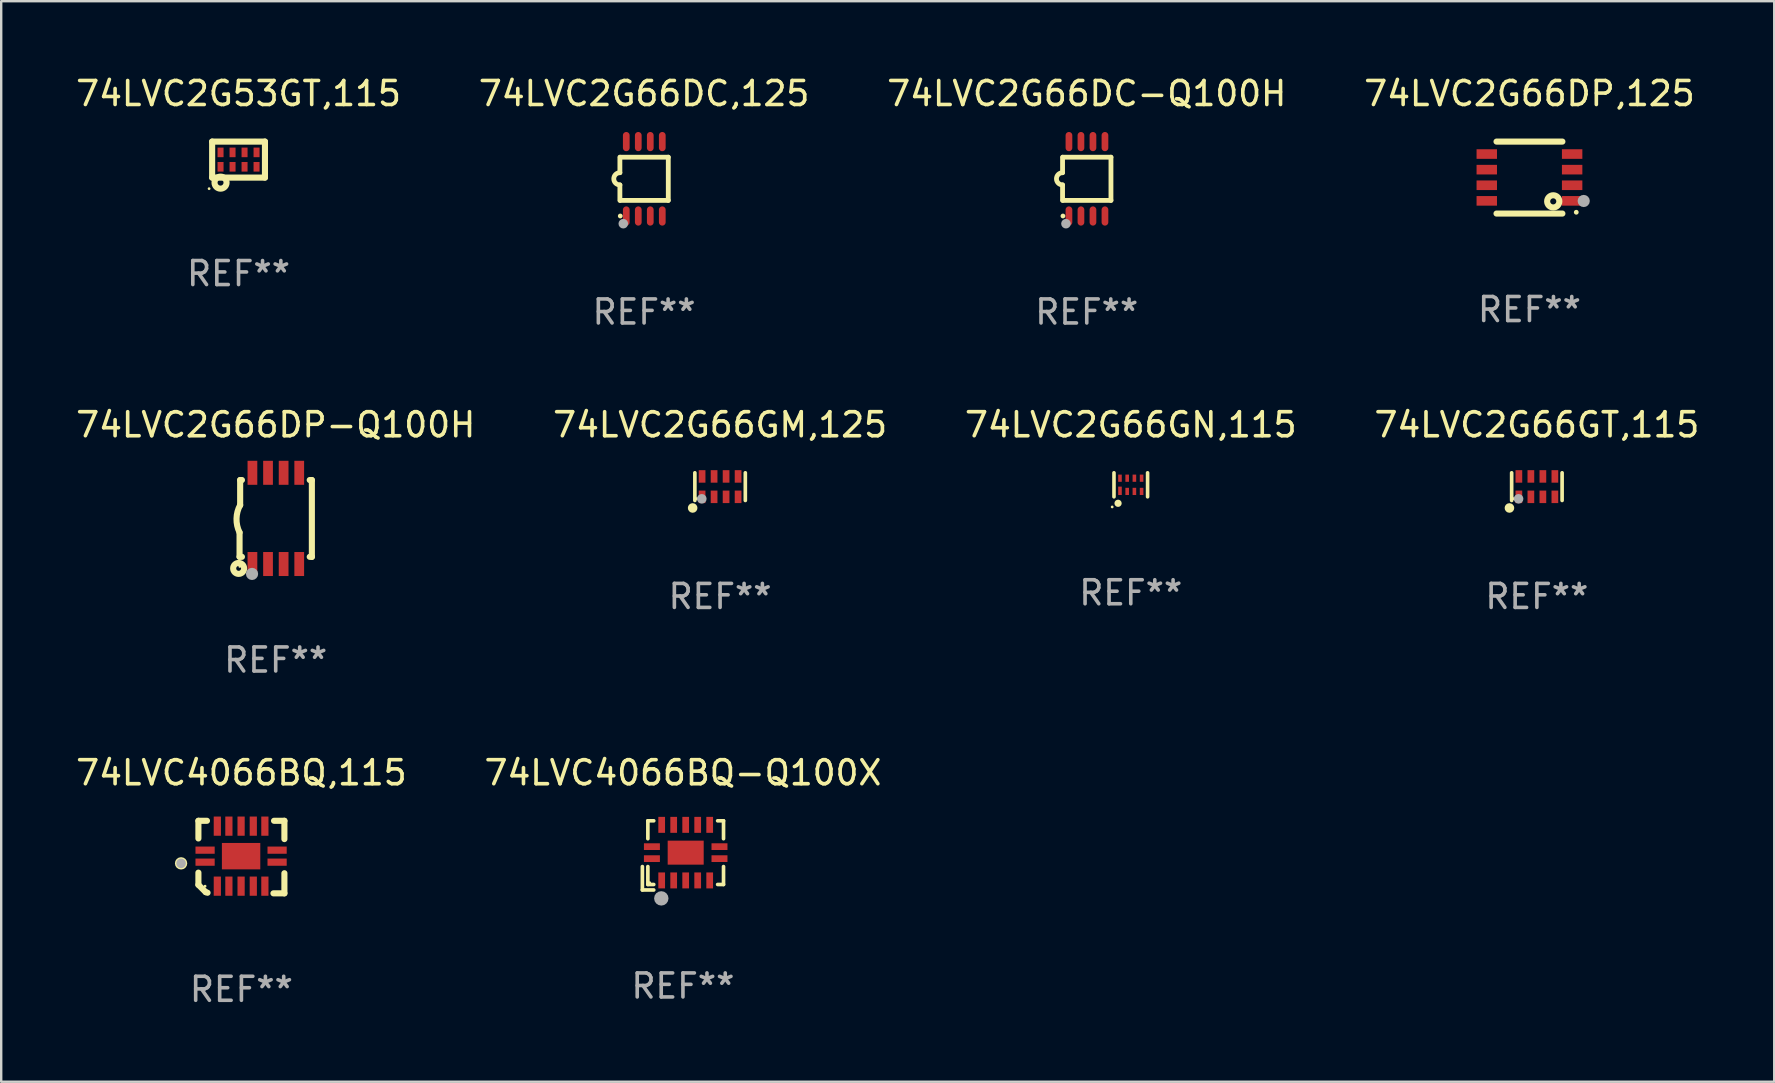
<source format=kicad_pcb>
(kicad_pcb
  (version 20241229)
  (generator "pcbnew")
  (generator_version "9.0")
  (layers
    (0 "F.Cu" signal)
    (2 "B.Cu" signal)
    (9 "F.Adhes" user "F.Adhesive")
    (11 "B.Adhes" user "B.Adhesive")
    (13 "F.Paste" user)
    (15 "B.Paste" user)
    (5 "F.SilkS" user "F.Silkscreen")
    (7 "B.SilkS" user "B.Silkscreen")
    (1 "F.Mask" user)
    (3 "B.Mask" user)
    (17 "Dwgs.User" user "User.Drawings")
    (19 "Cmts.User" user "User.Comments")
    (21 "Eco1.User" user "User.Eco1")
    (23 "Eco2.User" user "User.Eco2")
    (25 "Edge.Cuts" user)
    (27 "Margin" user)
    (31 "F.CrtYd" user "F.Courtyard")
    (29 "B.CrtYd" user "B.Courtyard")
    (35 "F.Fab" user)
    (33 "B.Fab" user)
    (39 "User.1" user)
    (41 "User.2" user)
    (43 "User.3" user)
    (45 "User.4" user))
  (footprint "74LVC2G66DC-Q100H"
    (layer "F.Cu")
    (at 42.22 4.398)
    (property "Reference" "74LVC2G66DC-Q100H" (at 0 -3.55 0) (layer "F.SilkS") (effects (font (size 1 1) (thickness 0.15))))
    (attr through_hole)
    (fp_line (start -1.008 -0.254) (end -1.008 -0.9) (stroke (width 0.2) (type solid)) (layer "F.SilkS"))
    (fp_line (start -1.008 0.254) (end -1.008 0.9) (stroke (width 0.2) (type solid)) (layer "F.SilkS"))
    (fp_line (start -0.992 0.9) (end 1.008 0.9) (stroke (width 0.2) (type solid)) (layer "F.SilkS"))
    (fp_line (start 1.008 -0.9) (end -0.992 -0.9) (stroke (width 0.2) (type solid)) (layer "F.SilkS"))
    (fp_line (start 1.008 0.9) (end 1.008 -0.9) (stroke (width 0.2) (type solid)) (layer "F.SilkS"))
    (fp_arc (start -1.008001 0.254001) (mid -1.262002 0) (end -1.008001 -0.254001) (stroke (width 0.2) (type solid)) (layer "F.SilkS"))
    (fp_circle (center -0.992 1.55) (end -0.942 1.55) (stroke (width 0.1) (type solid)) (fill no) (layer "F.SilkS"))
    (fp_circle (center -0.866 1.87) (end -0.766 1.87) (stroke (width 0.2) (type solid)) (fill no) (layer "F.Fab"))
    (fp_text user "REF**" (at 0 5.55 0) (layer "F.Fab") (effects (font (size 1 1) (thickness 0.15))))
    (pad "1" smd oval (at -0.742 1.55 270) (size 0.8 0.28) (layers "F.Cu" "F.Mask" "F.Paste"))
    (pad "2" smd oval (at -0.242 1.55 270) (size 0.8 0.28) (layers "F.Cu" "F.Mask" "F.Paste"))
    (pad "3" smd oval (at 0.258 1.55 270) (size 0.8 0.28) (layers "F.Cu" "F.Mask" "F.Paste"))
    (pad "4" smd oval (at 0.758 1.55 270) (size 0.8 0.28) (layers "F.Cu" "F.Mask" "F.Paste"))
    (pad "5" smd oval (at 0.758 -1.55 270) (size 0.8 0.28) (layers "F.Cu" "F.Mask" "F.Paste"))
    (pad "6" smd oval (at 0.258 -1.55 270) (size 0.8 0.28) (layers "F.Cu" "F.Mask" "F.Paste"))
    (pad "7" smd oval (at -0.242 -1.55 270) (size 0.8 0.28) (layers "F.Cu" "F.Mask" "F.Paste"))
    (pad "8" smd oval (at -0.742 -1.55 270) (size 0.8 0.28) (layers "F.Cu" "F.Mask" "F.Paste")))
  (footprint "74LVC2G53GT,115"
    (layer "F.Cu")
    (at 6.887 3.598)
    (property "Reference" "74LVC2G53GT,115" (at 0 -2.75 0) (layer "F.SilkS") (effects (font (size 1 1) (thickness 0.15))))
    (attr through_hole)
    (fp_line (start -1.1 -0.75) (end -1.1 0.75) (stroke (width 0.254) (type solid)) (layer "F.SilkS"))
    (fp_line (start -1.1 -0.75) (end 1.1 -0.75) (stroke (width 0.254) (type solid)) (layer "F.SilkS"))
    (fp_line (start -1.1 0.75) (end 1.1 0.75) (stroke (width 0.254) (type solid)) (layer "F.SilkS"))
    (fp_line (start 1.1 -0.75) (end 1.1 0.75) (stroke (width 0.254) (type solid)) (layer "F.SilkS"))
    (fp_circle (center -1.227 1.211) (end -1.197 1.211) (stroke (width 0.06) (type solid)) (fill no) (layer "F.SilkS"))
    (fp_circle (center -0.75 0.96) (end -0.626 0.96) (stroke (width 0.254) (type solid)) (fill no) (layer "F.SilkS"))
    (fp_text user "REF**" (at 0 4.75 0) (layer "F.Fab") (effects (font (size 1 1) (thickness 0.15))))
    (pad "1" smd rect (at -0.75 0.3) (size 0.25 0.4) (layers "F.Cu" "F.Mask" "F.Paste"))
    (pad "2" smd rect (at -0.25 0.3) (size 0.25 0.4) (layers "F.Cu" "F.Mask" "F.Paste"))
    (pad "3" smd rect (at 0.25 0.3) (size 0.25 0.4) (layers "F.Cu" "F.Mask" "F.Paste"))
    (pad "4" smd rect (at 0.75 0.3) (size 0.25 0.4) (layers "F.Cu" "F.Mask" "F.Paste"))
    (pad "5" smd rect (at 0.75 -0.3) (size 0.25 0.4) (layers "F.Cu" "F.Mask" "F.Paste"))
    (pad "6" smd rect (at 0.25 -0.3) (size 0.25 0.4) (layers "F.Cu" "F.Mask" "F.Paste"))
    (pad "7" smd rect (at -0.25 -0.3) (size 0.25 0.4) (layers "F.Cu" "F.Mask" "F.Paste"))
    (pad "8" smd rect (at -0.75 -0.3) (size 0.25 0.4) (layers "F.Cu" "F.Mask" "F.Paste")))
  (footprint "74LVC2G66GN,115"
    (layer "F.Cu")
    (at 44.054 17.145)
    (property "Reference" "74LVC2G66GN,115" (at 0 -2.5 0) (layer "F.SilkS") (effects (font (size 1 1) (thickness 0.15))))
    (attr through_hole)
    (fp_line (start -0.7 -0.5) (end -0.7 0.5) (stroke (width 0.15) (type solid)) (layer "F.SilkS"))
    (fp_line (start 0.7 -0.5) (end 0.7 0.5) (stroke (width 0.15) (type solid)) (layer "F.SilkS"))
    (fp_circle (center -0.775 0.922) (end -0.745 0.922) (stroke (width 0.06) (type solid)) (fill no) (layer "F.SilkS"))
    (fp_circle (center -0.53 0.77) (end -0.454 0.77) (stroke (width 0.15) (type solid)) (fill no) (layer "F.SilkS"))
    (fp_text user "REF**" (at 0 4.5 0) (layer "F.Fab") (effects (font (size 1 1) (thickness 0.15))))
    (pad "1" smd rect (at -0.45 0.25) (size 0.15 0.35) (layers "F.Cu" "F.Mask" "F.Paste"))
    (pad "2" smd rect (at -0.15 0.275) (size 0.15 0.3) (layers "F.Cu" "F.Mask" "F.Paste"))
    (pad "3" smd rect (at 0.15 0.275) (size 0.15 0.3) (layers "F.Cu" "F.Mask" "F.Paste"))
    (pad "4" smd rect (at 0.45 0.275) (size 0.15 0.3) (layers "F.Cu" "F.Mask" "F.Paste"))
    (pad "5" smd rect (at 0.45 -0.275) (size 0.15 0.3) (layers "F.Cu" "F.Mask" "F.Paste"))
    (pad "6" smd rect (at 0.15 -0.275) (size 0.15 0.3) (layers "F.Cu" "F.Mask" "F.Paste"))
    (pad "7" smd rect (at -0.15 -0.275) (size 0.15 0.3) (layers "F.Cu" "F.Mask" "F.Paste"))
    (pad "8" smd rect (at -0.45 -0.275) (size 0.15 0.3) (layers "F.Cu" "F.Mask" "F.Paste")))
  (footprint "74LVC4066BQ,115"
    (layer "F.Cu")
    (at 7.006 32.652)
    (property "Reference" "74LVC4066BQ,115" (at 0 -3.511 0) (layer "F.SilkS") (effects (font (size 1 1) (thickness 0.15))))
    (attr through_hole)
    (fp_line (start -1.791 -1.511) (end -1.435 -1.511) (stroke (width 0.254) (type solid)) (layer "F.SilkS"))
    (fp_line (start -1.791 -0.775) (end -1.791 -1.511) (stroke (width 0.254) (type solid)) (layer "F.SilkS"))
    (fp_line (start -1.791 1.156) (end -1.791 0.648) (stroke (width 0.254) (type solid)) (layer "F.SilkS"))
    (fp_line (start -1.486 1.461) (end -1.791 1.156) (stroke (width 0.254) (type solid)) (layer "F.SilkS"))
    (fp_line (start -1.41 1.486) (end -1.486 1.461) (stroke (width 0.254) (type solid)) (layer "F.SilkS"))
    (fp_line (start 1.334 1.511) (end 1.791 1.511) (stroke (width 0.254) (type solid)) (layer "F.SilkS"))
    (fp_line (start 1.791 -1.511) (end 1.359 -1.511) (stroke (width 0.254) (type solid)) (layer "F.SilkS"))
    (fp_line (start 1.791 -0.749) (end 1.791 -1.511) (stroke (width 0.254) (type solid)) (layer "F.SilkS"))
    (fp_line (start 1.791 1.511) (end 1.791 0.673) (stroke (width 0.254) (type solid)) (layer "F.SilkS"))
    (fp_circle (center -2.513 0.262) (end -2.383 0.262) (stroke (width 0.254) (type solid)) (fill no) (layer "F.SilkS"))
    (fp_circle (center -1.513 1.212) (end -1.483 1.212) (stroke (width 0.06) (type solid)) (fill no) (layer "F.SilkS"))
    (fp_circle (center -2.513 0.262) (end -2.413 0.262) (stroke (width 0.2) (type solid)) (fill no) (layer "F.Fab"))
    (fp_text user "REF**" (at 0 5.511 0) (layer "F.Fab") (effects (font (size 1 1) (thickness 0.15))))
    (pad "1" smd rect (at -1.513 0.212) (size 0.8 0.3) (layers "F.Cu" "F.Mask" "F.Paste"))
    (pad "2" smd rect (at -1.003 1.212) (size 0.3 0.8) (layers "F.Cu" "F.Mask" "F.Paste"))
    (pad "3" smd rect (at -0.521 1.212) (size 0.3 0.8) (layers "F.Cu" "F.Mask" "F.Paste"))
    (pad "4" smd rect (at -0.013 1.212) (size 0.3 0.8) (layers "F.Cu" "F.Mask" "F.Paste"))
    (pad "5" smd rect (at 0.495 1.212) (size 0.3 0.8) (layers "F.Cu" "F.Mask" "F.Paste"))
    (pad "6" smd rect (at 0.978 1.212) (size 0.3 0.8) (layers "F.Cu" "F.Mask" "F.Paste"))
    (pad "7" smd rect (at 1.487 0.212) (size 0.8 0.3) (layers "F.Cu" "F.Mask" "F.Paste"))
    (pad "8" smd rect (at 1.487 -0.288) (size 0.8 0.3) (layers "F.Cu" "F.Mask" "F.Paste"))
    (pad "9" smd rect (at 0.978 -1.288) (size 0.3 0.8) (layers "F.Cu" "F.Mask" "F.Paste"))
    (pad "10" smd rect (at 0.495 -1.288) (size 0.3 0.8) (layers "F.Cu" "F.Mask" "F.Paste"))
    (pad "11" smd rect (at -0.013 -1.288) (size 0.3 0.8) (layers "F.Cu" "F.Mask" "F.Paste"))
    (pad "12" smd rect (at -0.521 -1.288) (size 0.3 0.8) (layers "F.Cu" "F.Mask" "F.Paste"))
    (pad "13" smd rect (at -1.003 -1.288) (size 0.3 0.8) (layers "F.Cu" "F.Mask" "F.Paste"))
    (pad "14" smd rect (at -1.513 -0.288) (size 0.8 0.3) (layers "F.Cu" "F.Mask" "F.Paste"))
    (pad "15" smd rect (at -0.013 -0.038 90) (size 1.1 1.6) (layers "F.Cu" "F.Mask" "F.Paste")))
  (footprint "74LVC2G66DP-Q100H"
    (layer "F.Cu")
    (at 8.435 18.545)
    (property "Reference" "74LVC2G66DP-Q100H" (at 0 -3.9 0) (layer "F.SilkS") (effects (font (size 1 1) (thickness 0.15))))
    (attr through_hole)
    (fp_line (start -1.506 1.6) (end -1.506 0.584) (stroke (width 0.254) (type solid)) (layer "F.SilkS"))
    (fp_line (start -1.506 1.6) (end -1.407 1.6) (stroke (width 0.254) (type solid)) (layer "F.SilkS"))
    (fp_line (start -1.481 -1.599) (end -1.481 -0.549) (stroke (width 0.254) (type solid)) (layer "F.SilkS"))
    (fp_line (start -1.481 -1.599) (end -1.407 -1.599) (stroke (width 0.254) (type solid)) (layer "F.SilkS"))
    (fp_line (start 1.417 -1.599) (end 1.506 -1.599) (stroke (width 0.254) (type solid)) (layer "F.SilkS"))
    (fp_line (start 1.417 1.6) (end 1.506 1.6) (stroke (width 0.254) (type solid)) (layer "F.SilkS"))
    (fp_line (start 1.506 1.603) (end 1.506 -1.595) (stroke (width 0.254) (type solid)) (layer "F.SilkS"))
    (fp_arc (start -1.506223 0.584328) (mid -1.632455 0.00974) (end -1.480823 -0.558674) (stroke (width 0.254001) (type solid)) (layer "F.SilkS"))
    (fp_circle (center -1.544 2.083) (end -1.443 2.083) (stroke (width 0.254) (type solid)) (fill no) (layer "F.SilkS"))
    (fp_circle (center -1.495 2) (end -1.465 2) (stroke (width 0.06) (type solid)) (fill no) (layer "F.SilkS"))
    (fp_circle (center -0.986 2.312) (end -0.859 2.312) (stroke (width 0.254) (type solid)) (fill no) (layer "F.Fab"))
    (fp_text user "REF**" (at 0 5.9 0) (layer "F.Fab") (effects (font (size 1 1) (thickness 0.15))))
    (pad "1" smd rect (at -0.97 1.9 90) (size 1 0.406) (layers "F.Cu" "F.Mask" "F.Paste"))
    (pad "2" smd rect (at -0.32 1.9 90) (size 1 0.406) (layers "F.Cu" "F.Mask" "F.Paste"))
    (pad "3" smd rect (at 0.33 1.9 90) (size 1 0.406) (layers "F.Cu" "F.Mask" "F.Paste"))
    (pad "4" smd rect (at 0.98 1.9 90) (size 1 0.406) (layers "F.Cu" "F.Mask" "F.Paste"))
    (pad "5" smd rect (at 0.98 -1.9 90) (size 1 0.406) (layers "F.Cu" "F.Mask" "F.Paste"))
    (pad "6" smd rect (at 0.33 -1.9 90) (size 1 0.406) (layers "F.Cu" "F.Mask" "F.Paste"))
    (pad "7" smd rect (at -0.32 -1.9 90) (size 1 0.406) (layers "F.Cu" "F.Mask" "F.Paste"))
    (pad "8" smd rect (at -0.97 -1.9 90) (size 1 0.406) (layers "F.Cu" "F.Mask" "F.Paste")))
  (footprint "74LVC2G66DP,125"
    (layer "F.Cu")
    (at 60.661 4.347)
    (property "Reference" "74LVC2G66DP,125" (at 0 -3.499 0) (layer "F.SilkS") (effects (font (size 1 1) (thickness 0.15))))
    (attr through_hole)
    (fp_line (start -1.372 -1.499) (end 1.372 -1.499) (stroke (width 0.254) (type solid)) (layer "F.SilkS"))
    (fp_line (start -1.372 1.499) (end 1.372 1.499) (stroke (width 0.254) (type solid)) (layer "F.SilkS"))
    (fp_circle (center 0.991 0.991) (end 1.245 0.991) (stroke (width 0.254) (type solid)) (fill no) (layer "F.SilkS"))
    (fp_circle (center 1.95 1.445) (end 2 1.445) (stroke (width 0.1) (type solid)) (fill no) (layer "F.SilkS"))
    (fp_circle (center 2.26 0.975) (end 2.387 0.975) (stroke (width 0.254) (type solid)) (fill no) (layer "F.Fab"))
    (fp_text user "REF**" (at 0 5.499 0) (layer "F.Fab") (effects (font (size 1 1) (thickness 0.15))))
    (pad "1" smd rect (at 1.778 0.97 90) (size 0.4 0.851) (layers "F.Cu" "F.Mask" "F.Paste"))
    (pad "2" smd rect (at 1.778 0.32 90) (size 0.4 0.851) (layers "F.Cu" "F.Mask" "F.Paste"))
    (pad "3" smd rect (at 1.778 -0.33 90) (size 0.4 0.851) (layers "F.Cu" "F.Mask" "F.Paste"))
    (pad "4" smd rect (at 1.778 -0.98 90) (size 0.4 0.851) (layers "F.Cu" "F.Mask" "F.Paste"))
    (pad "5" smd rect (at -1.778 -0.98 90) (size 0.4 0.851) (layers "F.Cu" "F.Mask" "F.Paste"))
    (pad "6" smd rect (at -1.778 -0.33 90) (size 0.4 0.851) (layers "F.Cu" "F.Mask" "F.Paste"))
    (pad "7" smd rect (at -1.778 0.32 90) (size 0.4 0.851) (layers "F.Cu" "F.Mask" "F.Paste"))
    (pad "8" smd rect (at -1.778 0.97 90) (size 0.4 0.851) (layers "F.Cu" "F.Mask" "F.Paste")))
  (footprint "74LVC2G66GM,125"
    (layer "F.Cu")
    (at 26.946 17.221)
    (property "Reference" "74LVC2G66GM,125" (at 0 -2.576 0) (layer "F.SilkS") (effects (font (size 1 1) (thickness 0.15))))
    (attr through_hole)
    (fp_line (start -1.051 0.576) (end -1.051 -0.576) (stroke (width 0.152) (type solid)) (layer "F.SilkS"))
    (fp_line (start 1.051 -0.576) (end 1.051 0.576) (stroke (width 0.152) (type solid)) (layer "F.SilkS"))
    (fp_circle (center -1.143 0.889) (end -1.043 0.889) (stroke (width 0.2) (type solid)) (fill no) (layer "F.SilkS"))
    (fp_circle (center -0.975 0.5) (end -0.945 0.5) (stroke (width 0.06) (type solid)) (fill no) (layer "F.SilkS"))
    (fp_circle (center -0.762 0.508) (end -0.662 0.508) (stroke (width 0.2) (type solid)) (fill no) (layer "F.Fab"))
    (fp_text user "REF**" (at 0 4.576 0) (layer "F.Fab") (effects (font (size 1 1) (thickness 0.15))))
    (pad "1" smd rect (at -0.75 0.425) (size 0.28 0.521) (layers "F.Cu" "F.Mask" "F.Paste"))
    (pad "2" smd rect (at -0.25 0.425) (size 0.28 0.521) (layers "F.Cu" "F.Mask" "F.Paste"))
    (pad "3" smd rect (at 0.25 0.425) (size 0.28 0.521) (layers "F.Cu" "F.Mask" "F.Paste"))
    (pad "4" smd rect (at 0.75 0.425) (size 0.28 0.521) (layers "F.Cu" "F.Mask" "F.Paste"))
    (pad "5" smd rect (at 0.75 -0.425) (size 0.28 0.521) (layers "F.Cu" "F.Mask" "F.Paste"))
    (pad "6" smd rect (at 0.25 -0.425) (size 0.28 0.521) (layers "F.Cu" "F.Mask" "F.Paste"))
    (pad "7" smd rect (at -0.25 -0.425) (size 0.28 0.521) (layers "F.Cu" "F.Mask" "F.Paste"))
    (pad "8" smd rect (at -0.75 -0.425) (size 0.28 0.521) (layers "F.Cu" "F.Mask" "F.Paste")))
  (footprint "74LVC2G66DC,125"
    (layer "F.Cu")
    (at 23.78 4.398)
    (property "Reference" "74LVC2G66DC,125" (at 0 -3.55 0) (layer "F.SilkS") (effects (font (size 1 1) (thickness 0.15))))
    (attr through_hole)
    (fp_line (start -1.008 -0.254) (end -1.008 -0.9) (stroke (width 0.2) (type solid)) (layer "F.SilkS"))
    (fp_line (start -1.008 0.254) (end -1.008 0.9) (stroke (width 0.2) (type solid)) (layer "F.SilkS"))
    (fp_line (start -0.992 0.9) (end 1.008 0.9) (stroke (width 0.2) (type solid)) (layer "F.SilkS"))
    (fp_line (start 1.008 -0.9) (end -0.992 -0.9) (stroke (width 0.2) (type solid)) (layer "F.SilkS"))
    (fp_line (start 1.008 0.9) (end 1.008 -0.9) (stroke (width 0.2) (type solid)) (layer "F.SilkS"))
    (fp_arc (start -1.008001 0.254001) (mid -1.262002 0) (end -1.008001 -0.254001) (stroke (width 0.2) (type solid)) (layer "F.SilkS"))
    (fp_circle (center -0.992 1.55) (end -0.942 1.55) (stroke (width 0.1) (type solid)) (fill no) (layer "F.SilkS"))
    (fp_circle (center -0.866 1.87) (end -0.766 1.87) (stroke (width 0.2) (type solid)) (fill no) (layer "F.Fab"))
    (fp_text user "REF**" (at 0 5.55 0) (layer "F.Fab") (effects (font (size 1 1) (thickness 0.15))))
    (pad "1" smd oval (at -0.742 1.55 270) (size 0.8 0.28) (layers "F.Cu" "F.Mask" "F.Paste"))
    (pad "2" smd oval (at -0.242 1.55 270) (size 0.8 0.28) (layers "F.Cu" "F.Mask" "F.Paste"))
    (pad "3" smd oval (at 0.258 1.55 270) (size 0.8 0.28) (layers "F.Cu" "F.Mask" "F.Paste"))
    (pad "4" smd oval (at 0.758 1.55 270) (size 0.8 0.28) (layers "F.Cu" "F.Mask" "F.Paste"))
    (pad "5" smd oval (at 0.758 -1.55 270) (size 0.8 0.28) (layers "F.Cu" "F.Mask" "F.Paste"))
    (pad "6" smd oval (at 0.258 -1.55 270) (size 0.8 0.28) (layers "F.Cu" "F.Mask" "F.Paste"))
    (pad "7" smd oval (at -0.242 -1.55 270) (size 0.8 0.28) (layers "F.Cu" "F.Mask" "F.Paste"))
    (pad "8" smd oval (at -0.742 -1.55 270) (size 0.8 0.28) (layers "F.Cu" "F.Mask" "F.Paste")))
  (footprint "74LVC4066BQ-Q100X"
    (layer "F.Cu")
    (at 25.399 32.582)
    (property "Reference" "74LVC4066BQ-Q100X" (at 0 -3.441 0) (layer "F.SilkS") (effects (font (size 1 1) (thickness 0.15))))
    (attr through_hole)
    (fp_line (start -1.69 1.441) (end -1.69 0.466) (stroke (width 0.152) (type solid)) (layer "F.SilkS"))
    (fp_line (start -1.462 -1.441) (end -1.216 -1.441) (stroke (width 0.152) (type solid)) (layer "F.SilkS"))
    (fp_line (start -1.462 -0.695) (end -1.462 -1.441) (stroke (width 0.152) (type solid)) (layer "F.SilkS"))
    (fp_line (start -1.462 0.466) (end -1.462 1.212) (stroke (width 0.152) (type solid)) (layer "F.SilkS"))
    (fp_line (start -1.462 1.212) (end -1.216 1.212) (stroke (width 0.152) (type solid)) (layer "F.SilkS"))
    (fp_line (start -1.216 1.441) (end -1.69 1.441) (stroke (width 0.152) (type solid)) (layer "F.SilkS"))
    (fp_line (start 1.69 -1.441) (end 1.445 -1.441) (stroke (width 0.152) (type solid)) (layer "F.SilkS"))
    (fp_line (start 1.69 -0.695) (end 1.69 -1.441) (stroke (width 0.152) (type solid)) (layer "F.SilkS"))
    (fp_line (start 1.69 0.466) (end 1.69 1.212) (stroke (width 0.152) (type solid)) (layer "F.SilkS"))
    (fp_line (start 1.69 1.212) (end 1.445 1.212) (stroke (width 0.152) (type solid)) (layer "F.SilkS"))
    (fp_circle (center -1.386 1.136) (end -1.356 1.136) (stroke (width 0.06) (type solid)) (fill no) (layer "F.SilkS"))
    (fp_circle (center -0.902 1.791) (end -0.752 1.791) (stroke (width 0.3) (type solid)) (fill no) (layer "F.Fab"))
    (fp_text user "REF**" (at 0 5.441 0) (layer "F.Fab") (effects (font (size 1 1) (thickness 0.15))))
    (pad "1" smd rect (at -0.886 1.043) (size 0.28 0.665) (layers "F.Cu" "F.Mask" "F.Paste"))
    (pad "2" smd rect (at -0.386 1.043) (size 0.28 0.665) (layers "F.Cu" "F.Mask" "F.Paste"))
    (pad "3" smd rect (at 0.114 1.043) (size 0.28 0.665) (layers "F.Cu" "F.Mask" "F.Paste"))
    (pad "4" smd rect (at 0.614 1.043) (size 0.28 0.665) (layers "F.Cu" "F.Mask" "F.Paste"))
    (pad "5" smd rect (at 1.114 1.043) (size 0.28 0.665) (layers "F.Cu" "F.Mask" "F.Paste"))
    (pad "6" smd rect (at 1.522 0.136) (size 0.665 0.28) (layers "F.Cu" "F.Mask" "F.Paste"))
    (pad "7" smd rect (at 1.522 -0.364) (size 0.665 0.28) (layers "F.Cu" "F.Mask" "F.Paste"))
    (pad "8" smd rect (at 1.114 -1.272) (size 0.28 0.665) (layers "F.Cu" "F.Mask" "F.Paste"))
    (pad "9" smd rect (at 0.614 -1.272) (size 0.28 0.665) (layers "F.Cu" "F.Mask" "F.Paste"))
    (pad "10" smd rect (at 0.114 -1.272) (size 0.28 0.665) (layers "F.Cu" "F.Mask" "F.Paste"))
    (pad "11" smd rect (at -0.386 -1.272) (size 0.28 0.665) (layers "F.Cu" "F.Mask" "F.Paste"))
    (pad "12" smd rect (at -0.886 -1.272) (size 0.28 0.665) (layers "F.Cu" "F.Mask" "F.Paste"))
    (pad "13" smd rect (at -1.293 -0.364) (size 0.665 0.28) (layers "F.Cu" "F.Mask" "F.Paste"))
    (pad "14" smd rect (at -1.293 0.136) (size 0.665 0.28) (layers "F.Cu" "F.Mask" "F.Paste"))
    (pad "15" smd rect (at 0.114 -0.114) (size 1.5 1) (layers "F.Cu" "F.Mask" "F.Paste")))
  (footprint "74LVC2G66GT,115"
    (layer "F.Cu")
    (at 60.97 17.221)
    (property "Reference" "74LVC2G66GT,115" (at 0 -2.576 0) (layer "F.SilkS") (effects (font (size 1 1) (thickness 0.15))))
    (attr through_hole)
    (fp_line (start -1.051 0.576) (end -1.051 -0.576) (stroke (width 0.152) (type solid)) (layer "F.SilkS"))
    (fp_line (start 1.051 -0.576) (end 1.051 0.576) (stroke (width 0.152) (type solid)) (layer "F.SilkS"))
    (fp_circle (center -1.143 0.889) (end -1.043 0.889) (stroke (width 0.2) (type solid)) (fill no) (layer "F.SilkS"))
    (fp_circle (center -0.975 0.5) (end -0.945 0.5) (stroke (width 0.06) (type solid)) (fill no) (layer "F.SilkS"))
    (fp_circle (center -0.762 0.508) (end -0.662 0.508) (stroke (width 0.2) (type solid)) (fill no) (layer "F.Fab"))
    (fp_text user "REF**" (at 0 4.576 0) (layer "F.Fab") (effects (font (size 1 1) (thickness 0.15))))
    (pad "1" smd rect (at -0.75 0.425) (size 0.28 0.521) (layers "F.Cu" "F.Mask" "F.Paste"))
    (pad "2" smd rect (at -0.25 0.425) (size 0.28 0.521) (layers "F.Cu" "F.Mask" "F.Paste"))
    (pad "3" smd rect (at 0.25 0.425) (size 0.28 0.521) (layers "F.Cu" "F.Mask" "F.Paste"))
    (pad "4" smd rect (at 0.75 0.425) (size 0.28 0.521) (layers "F.Cu" "F.Mask" "F.Paste"))
    (pad "5" smd rect (at 0.75 -0.425) (size 0.28 0.521) (layers "F.Cu" "F.Mask" "F.Paste"))
    (pad "6" smd rect (at 0.25 -0.425) (size 0.28 0.521) (layers "F.Cu" "F.Mask" "F.Paste"))
    (pad "7" smd rect (at -0.25 -0.425) (size 0.28 0.521) (layers "F.Cu" "F.Mask" "F.Paste"))
    (pad "8" smd rect (at -0.75 -0.425) (size 0.28 0.521) (layers "F.Cu" "F.Mask" "F.Paste")))
  (gr_rect
    (start -3 -3)
    (end 70.857 42.012)
    (stroke (width 0.1) (type default))
    (fill no)
    (layer "Edge.Cuts")))
</source>
